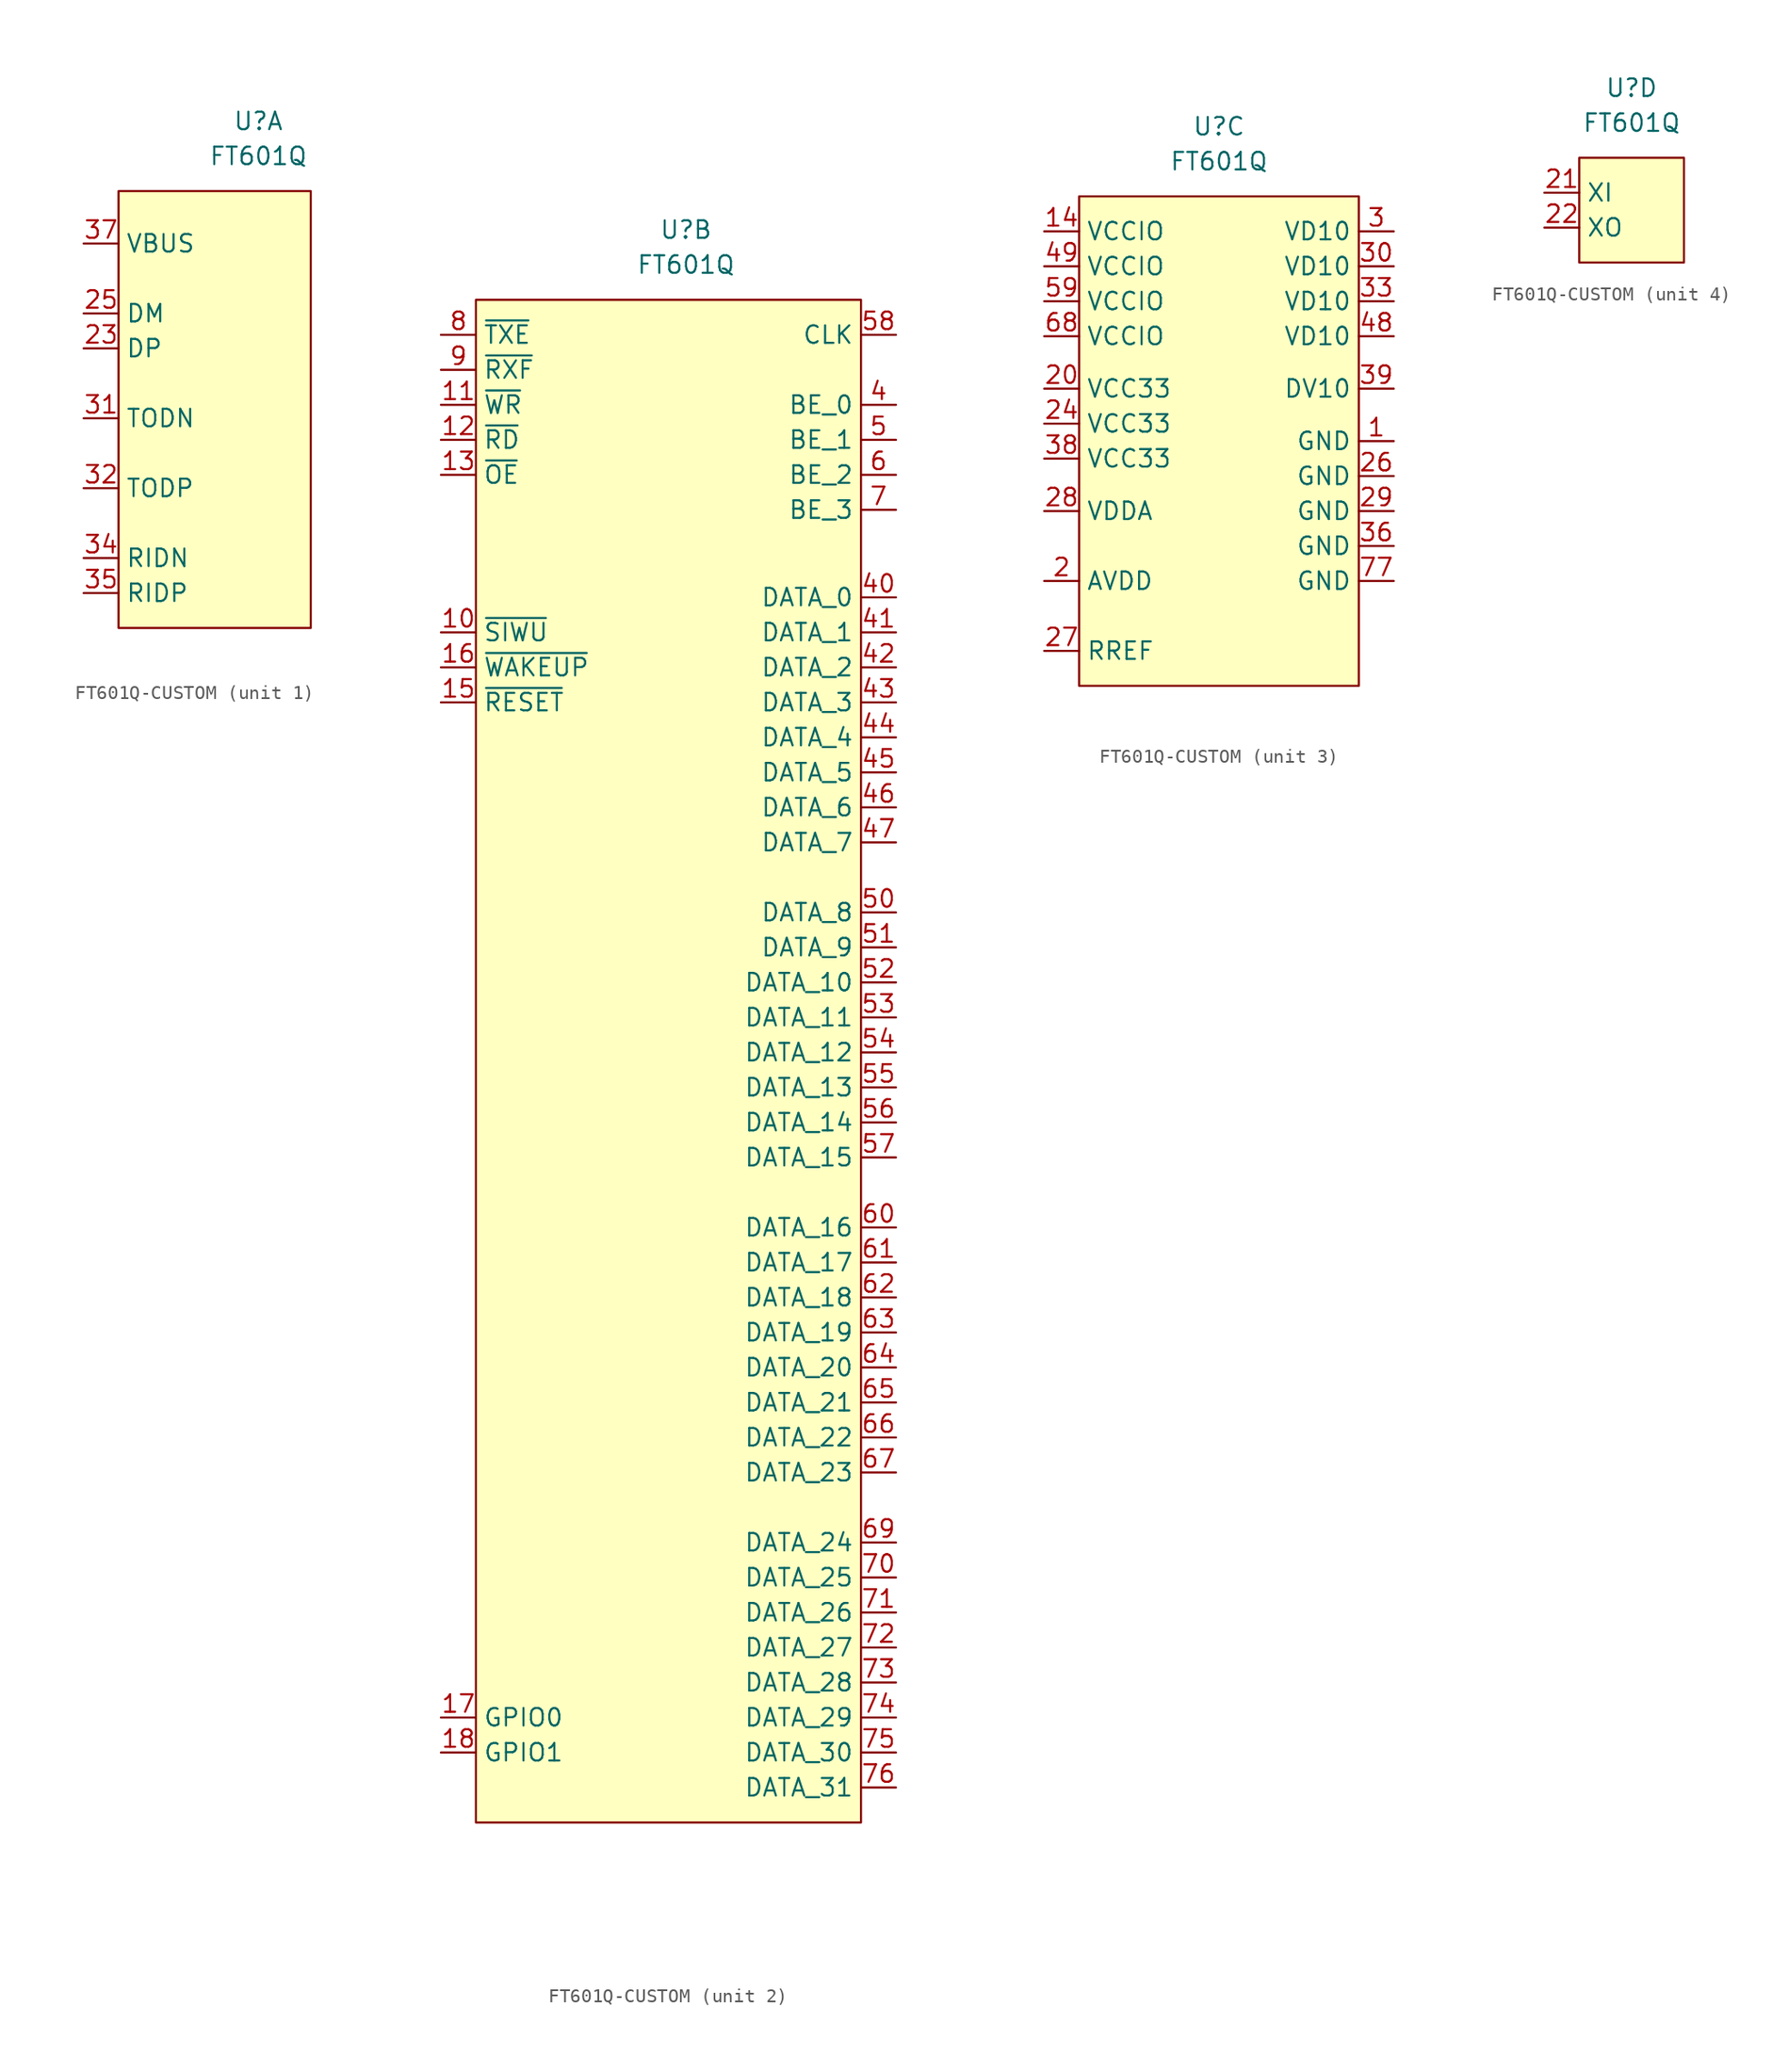
<source format=kicad_sym>
(kicad_symbol_lib
  (version 20231120)
  (generator "kicad_symbol_editor")
  (generator_version "8.0")
  (symbol "FT601Q-CUSTOM"
    (property "Reference" "U"
      (at 0 5.08 0)
      (effects (font (size 1.27 1.27))))
    (property "Value" "FT601Q"
      (at 0 2.54 0)
      (effects (font (size 1.27 1.27))))
    (property "ki_locked" ""
      (at 0 0 0)
      (effects (font (size 1.27 1.27))))
    (symbol "FT601Q-CUSTOM_1_1"
      (unit_name "USB-IO")
      (rectangle (start -10.16 0) (end 3.81 -31.75) (stroke (width 0) (type default)) (fill (type background)))
      (pin bidirectional line (at -12.7 -11.43 0) (length 2.54) (name "DP" (effects (font (size 1.27 1.27)))) (number "23" (effects (font (size 1.27 1.27)))))
      (pin bidirectional line (at -12.7 -8.89 0) (length 2.54) (name "DM" (effects (font (size 1.27 1.27)))) (number "25" (effects (font (size 1.27 1.27)))))
      (pin output line (at -12.7 -16.51 0) (length 2.54) (name "TODN" (effects (font (size 1.27 1.27)))) (number "31" (effects (font (size 1.27 1.27)))))
      (pin output line (at -12.7 -21.59 0) (length 2.54) (name "TODP" (effects (font (size 1.27 1.27)))) (number "32" (effects (font (size 1.27 1.27)))))
      (pin input line (at -12.7 -26.67 0) (length 2.54) (name "RIDN" (effects (font (size 1.27 1.27)))) (number "34" (effects (font (size 1.27 1.27)))))
      (pin input line (at -12.7 -29.21 0) (length 2.54) (name "RIDP" (effects (font (size 1.27 1.27)))) (number "35" (effects (font (size 1.27 1.27)))))
      (pin input line (at -12.7 -3.81 0) (length 2.54) (name "VBUS" (effects (font (size 1.27 1.27)))) (number "37" (effects (font (size 1.27 1.27))))))
    (symbol "FT601Q-CUSTOM_2_1"
      (unit_name "FPGA-IO")
      (rectangle (start -15.24 0) (end 12.7 -110.49) (stroke (width 0) (type default)) (fill (type background)))
      (pin input line (at -17.78 -24.13 0) (length 2.54) (name "~{SIWU}" (effects (font (size 1.27 1.27)))) (number "10" (effects (font (size 1.27 1.27)))))
      (pin input line (at -17.78 -7.62 0) (length 2.54) (name "~{WR}" (effects (font (size 1.27 1.27)))) (number "11" (effects (font (size 1.27 1.27)))))
      (pin input line (at -17.78 -10.16 0) (length 2.54) (name "~{RD}" (effects (font (size 1.27 1.27)))) (number "12" (effects (font (size 1.27 1.27)))))
      (pin input line (at -17.78 -12.7 0) (length 2.54) (name "~{OE}" (effects (font (size 1.27 1.27)))) (number "13" (effects (font (size 1.27 1.27)))))
      (pin input line (at -17.78 -29.21 0) (length 2.54) (name "~{RESET}" (effects (font (size 1.27 1.27)))) (number "15" (effects (font (size 1.27 1.27)))))
      (pin bidirectional line (at -17.78 -26.67 0) (length 2.54) (name "~{WAKEUP}" (effects (font (size 1.27 1.27)))) (number "16" (effects (font (size 1.27 1.27)))))
      (pin bidirectional line (at -17.78 -102.87 0) (length 2.54) (name "GPIO0" (effects (font (size 1.27 1.27)))) (number "17" (effects (font (size 1.27 1.27)))))
      (pin bidirectional line (at -17.78 -105.41 0) (length 2.54) (name "GPIO1" (effects (font (size 1.27 1.27)))) (number "18" (effects (font (size 1.27 1.27)))))
      (pin no_connect line (at -17.78 -107.95 0) (length 2.54) hide (name "Reserved" (effects (font (size 1.27 1.27)))) (number "19" (effects (font (size 1.27 1.27)))))
      (pin bidirectional line (at 15.24 -7.62 180) (length 2.54) (name "BE_0" (effects (font (size 1.27 1.27)))) (number "4" (effects (font (size 1.27 1.27)))))
      (pin bidirectional line (at 15.24 -21.59 180) (length 2.54) (name "DATA_0" (effects (font (size 1.27 1.27)))) (number "40" (effects (font (size 1.27 1.27)))))
      (pin bidirectional line (at 15.24 -24.13 180) (length 2.54) (name "DATA_1" (effects (font (size 1.27 1.27)))) (number "41" (effects (font (size 1.27 1.27)))))
      (pin bidirectional line (at 15.24 -26.67 180) (length 2.54) (name "DATA_2" (effects (font (size 1.27 1.27)))) (number "42" (effects (font (size 1.27 1.27)))))
      (pin bidirectional line (at 15.24 -29.21 180) (length 2.54) (name "DATA_3" (effects (font (size 1.27 1.27)))) (number "43" (effects (font (size 1.27 1.27)))))
      (pin bidirectional line (at 15.24 -31.75 180) (length 2.54) (name "DATA_4" (effects (font (size 1.27 1.27)))) (number "44" (effects (font (size 1.27 1.27)))))
      (pin bidirectional line (at 15.24 -34.29 180) (length 2.54) (name "DATA_5" (effects (font (size 1.27 1.27)))) (number "45" (effects (font (size 1.27 1.27)))))
      (pin bidirectional line (at 15.24 -36.83 180) (length 2.54) (name "DATA_6" (effects (font (size 1.27 1.27)))) (number "46" (effects (font (size 1.27 1.27)))))
      (pin bidirectional line (at 15.24 -39.37 180) (length 2.54) (name "DATA_7" (effects (font (size 1.27 1.27)))) (number "47" (effects (font (size 1.27 1.27)))))
      (pin bidirectional line (at 15.24 -10.16 180) (length 2.54) (name "BE_1" (effects (font (size 1.27 1.27)))) (number "5" (effects (font (size 1.27 1.27)))))
      (pin bidirectional line (at 15.24 -44.45 180) (length 2.54) (name "DATA_8" (effects (font (size 1.27 1.27)))) (number "50" (effects (font (size 1.27 1.27)))))
      (pin bidirectional line (at 15.24 -46.99 180) (length 2.54) (name "DATA_9" (effects (font (size 1.27 1.27)))) (number "51" (effects (font (size 1.27 1.27)))))
      (pin bidirectional line (at 15.24 -49.53 180) (length 2.54) (name "DATA_10" (effects (font (size 1.27 1.27)))) (number "52" (effects (font (size 1.27 1.27)))))
      (pin bidirectional line (at 15.24 -52.07 180) (length 2.54) (name "DATA_11" (effects (font (size 1.27 1.27)))) (number "53" (effects (font (size 1.27 1.27)))))
      (pin bidirectional line (at 15.24 -54.61 180) (length 2.54) (name "DATA_12" (effects (font (size 1.27 1.27)))) (number "54" (effects (font (size 1.27 1.27)))))
      (pin bidirectional line (at 15.24 -57.15 180) (length 2.54) (name "DATA_13" (effects (font (size 1.27 1.27)))) (number "55" (effects (font (size 1.27 1.27)))))
      (pin bidirectional line (at 15.24 -59.69 180) (length 2.54) (name "DATA_14" (effects (font (size 1.27 1.27)))) (number "56" (effects (font (size 1.27 1.27)))))
      (pin bidirectional line (at 15.24 -62.23 180) (length 2.54) (name "DATA_15" (effects (font (size 1.27 1.27)))) (number "57" (effects (font (size 1.27 1.27)))))
      (pin output line (at 15.24 -2.54 180) (length 2.54) (name "CLK" (effects (font (size 1.27 1.27)))) (number "58" (effects (font (size 1.27 1.27)))))
      (pin bidirectional line (at 15.24 -12.7 180) (length 2.54) (name "BE_2" (effects (font (size 1.27 1.27)))) (number "6" (effects (font (size 1.27 1.27)))))
      (pin bidirectional line (at 15.24 -67.31 180) (length 2.54) (name "DATA_16" (effects (font (size 1.27 1.27)))) (number "60" (effects (font (size 1.27 1.27)))))
      (pin bidirectional line (at 15.24 -69.85 180) (length 2.54) (name "DATA_17" (effects (font (size 1.27 1.27)))) (number "61" (effects (font (size 1.27 1.27)))))
      (pin bidirectional line (at 15.24 -72.39 180) (length 2.54) (name "DATA_18" (effects (font (size 1.27 1.27)))) (number "62" (effects (font (size 1.27 1.27)))))
      (pin bidirectional line (at 15.24 -74.93 180) (length 2.54) (name "DATA_19" (effects (font (size 1.27 1.27)))) (number "63" (effects (font (size 1.27 1.27)))))
      (pin bidirectional line (at 15.24 -77.47 180) (length 2.54) (name "DATA_20" (effects (font (size 1.27 1.27)))) (number "64" (effects (font (size 1.27 1.27)))))
      (pin bidirectional line (at 15.24 -80.01 180) (length 2.54) (name "DATA_21" (effects (font (size 1.27 1.27)))) (number "65" (effects (font (size 1.27 1.27)))))
      (pin bidirectional line (at 15.24 -82.55 180) (length 2.54) (name "DATA_22" (effects (font (size 1.27 1.27)))) (number "66" (effects (font (size 1.27 1.27)))))
      (pin bidirectional line (at 15.24 -85.09 180) (length 2.54) (name "DATA_23" (effects (font (size 1.27 1.27)))) (number "67" (effects (font (size 1.27 1.27)))))
      (pin bidirectional line (at 15.24 -90.17 180) (length 2.54) (name "DATA_24" (effects (font (size 1.27 1.27)))) (number "69" (effects (font (size 1.27 1.27)))))
      (pin bidirectional line (at 15.24 -15.24 180) (length 2.54) (name "BE_3" (effects (font (size 1.27 1.27)))) (number "7" (effects (font (size 1.27 1.27)))))
      (pin bidirectional line (at 15.24 -92.71 180) (length 2.54) (name "DATA_25" (effects (font (size 1.27 1.27)))) (number "70" (effects (font (size 1.27 1.27)))))
      (pin bidirectional line (at 15.24 -95.25 180) (length 2.54) (name "DATA_26" (effects (font (size 1.27 1.27)))) (number "71" (effects (font (size 1.27 1.27)))))
      (pin bidirectional line (at 15.24 -97.79 180) (length 2.54) (name "DATA_27" (effects (font (size 1.27 1.27)))) (number "72" (effects (font (size 1.27 1.27)))))
      (pin bidirectional line (at 15.24 -100.33 180) (length 2.54) (name "DATA_28" (effects (font (size 1.27 1.27)))) (number "73" (effects (font (size 1.27 1.27)))))
      (pin bidirectional line (at 15.24 -102.87 180) (length 2.54) (name "DATA_29" (effects (font (size 1.27 1.27)))) (number "74" (effects (font (size 1.27 1.27)))))
      (pin bidirectional line (at 15.24 -105.41 180) (length 2.54) (name "DATA_30" (effects (font (size 1.27 1.27)))) (number "75" (effects (font (size 1.27 1.27)))))
      (pin bidirectional line (at 15.24 -107.95 180) (length 2.54) (name "DATA_31" (effects (font (size 1.27 1.27)))) (number "76" (effects (font (size 1.27 1.27)))))
      (pin output line (at -17.78 -2.54 0) (length 2.54) (name "~{TXE}" (effects (font (size 1.27 1.27)))) (number "8" (effects (font (size 1.27 1.27)))))
      (pin output line (at -17.78 -5.08 0) (length 2.54) (name "~{RXF}" (effects (font (size 1.27 1.27)))) (number "9" (effects (font (size 1.27 1.27))))))
    (symbol "FT601Q-CUSTOM_3_1"
      (unit_name "Power")
      (rectangle (start -10.16 0) (end 10.16 -35.56) (stroke (width 0) (type default)) (fill (type background)))
      (pin power_in line (at 12.7 -17.78 180) (length 2.54) (name "GND" (effects (font (size 1.27 1.27)))) (number "1" (effects (font (size 1.27 1.27)))))
      (pin power_in line (at -12.7 -2.54 0) (length 2.54) (name "VCCIO" (effects (font (size 1.27 1.27)))) (number "14" (effects (font (size 1.27 1.27)))))
      (pin power_out line (at -12.7 -27.94 0) (length 2.54) (name "AVDD" (effects (font (size 1.27 1.27)))) (number "2" (effects (font (size 1.27 1.27)))))
      (pin power_in line (at -12.7 -13.97 0) (length 2.54) (name "VCC33" (effects (font (size 1.27 1.27)))) (number "20" (effects (font (size 1.27 1.27)))))
      (pin passive line (at -12.7 -16.51 0) (length 2.54) (name "VCC33" (effects (font (size 1.27 1.27)))) (number "24" (effects (font (size 1.27 1.27)))))
      (pin passive line (at 12.7 -20.32 180) (length 2.54) (name "GND" (effects (font (size 1.27 1.27)))) (number "26" (effects (font (size 1.27 1.27)))))
      (pin input line (at -12.7 -33.02 0) (length 2.54) (name "RREF" (effects (font (size 1.27 1.27)))) (number "27" (effects (font (size 1.27 1.27)))))
      (pin power_in line (at -12.7 -22.86 0) (length 2.54) (name "VDDA" (effects (font (size 1.27 1.27)))) (number "28" (effects (font (size 1.27 1.27)))))
      (pin passive line (at 12.7 -22.86 180) (length 2.54) (name "GND" (effects (font (size 1.27 1.27)))) (number "29" (effects (font (size 1.27 1.27)))))
      (pin power_in line (at 12.7 -2.54 180) (length 2.54) (name "VD10" (effects (font (size 1.27 1.27)))) (number "3" (effects (font (size 1.27 1.27)))))
      (pin passive line (at 12.7 -5.08 180) (length 2.54) (name "VD10" (effects (font (size 1.27 1.27)))) (number "30" (effects (font (size 1.27 1.27)))))
      (pin passive line (at 12.7 -7.62 180) (length 2.54) (name "VD10" (effects (font (size 1.27 1.27)))) (number "33" (effects (font (size 1.27 1.27)))))
      (pin passive line (at 12.7 -25.4 180) (length 2.54) (name "GND" (effects (font (size 1.27 1.27)))) (number "36" (effects (font (size 1.27 1.27)))))
      (pin passive line (at -12.7 -19.05 0) (length 2.54) (name "VCC33" (effects (font (size 1.27 1.27)))) (number "38" (effects (font (size 1.27 1.27)))))
      (pin power_out line (at 12.7 -13.97 180) (length 2.54) (name "DV10" (effects (font (size 1.27 1.27)))) (number "39" (effects (font (size 1.27 1.27)))))
      (pin passive line (at 12.7 -10.16 180) (length 2.54) (name "VD10" (effects (font (size 1.27 1.27)))) (number "48" (effects (font (size 1.27 1.27)))))
      (pin passive line (at -12.7 -5.08 0) (length 2.54) (name "VCCIO" (effects (font (size 1.27 1.27)))) (number "49" (effects (font (size 1.27 1.27)))))
      (pin passive line (at -12.7 -7.62 0) (length 2.54) (name "VCCIO" (effects (font (size 1.27 1.27)))) (number "59" (effects (font (size 1.27 1.27)))))
      (pin passive line (at -12.7 -10.16 0) (length 2.54) (name "VCCIO" (effects (font (size 1.27 1.27)))) (number "68" (effects (font (size 1.27 1.27)))))
      (pin passive line (at 12.7 -27.94 180) (length 2.54) (name "GND" (effects (font (size 1.27 1.27)))) (number "77" (effects (font (size 1.27 1.27))))))
    (symbol "FT601Q-CUSTOM_4_1"
      (unit_name "CLK")
      (rectangle (start -3.81 0) (end 3.81 -7.62) (stroke (width 0) (type default)) (fill (type background)))
      (pin input line (at -6.35 -2.54 0) (length 2.54) (name "XI" (effects (font (size 1.27 1.27)))) (number "21" (effects (font (size 1.27 1.27)))))
      (pin output line (at -6.35 -5.08 0) (length 2.54) (name "XO" (effects (font (size 1.27 1.27)))) (number "22" (effects (font (size 1.27 1.27))))))))
</source>
